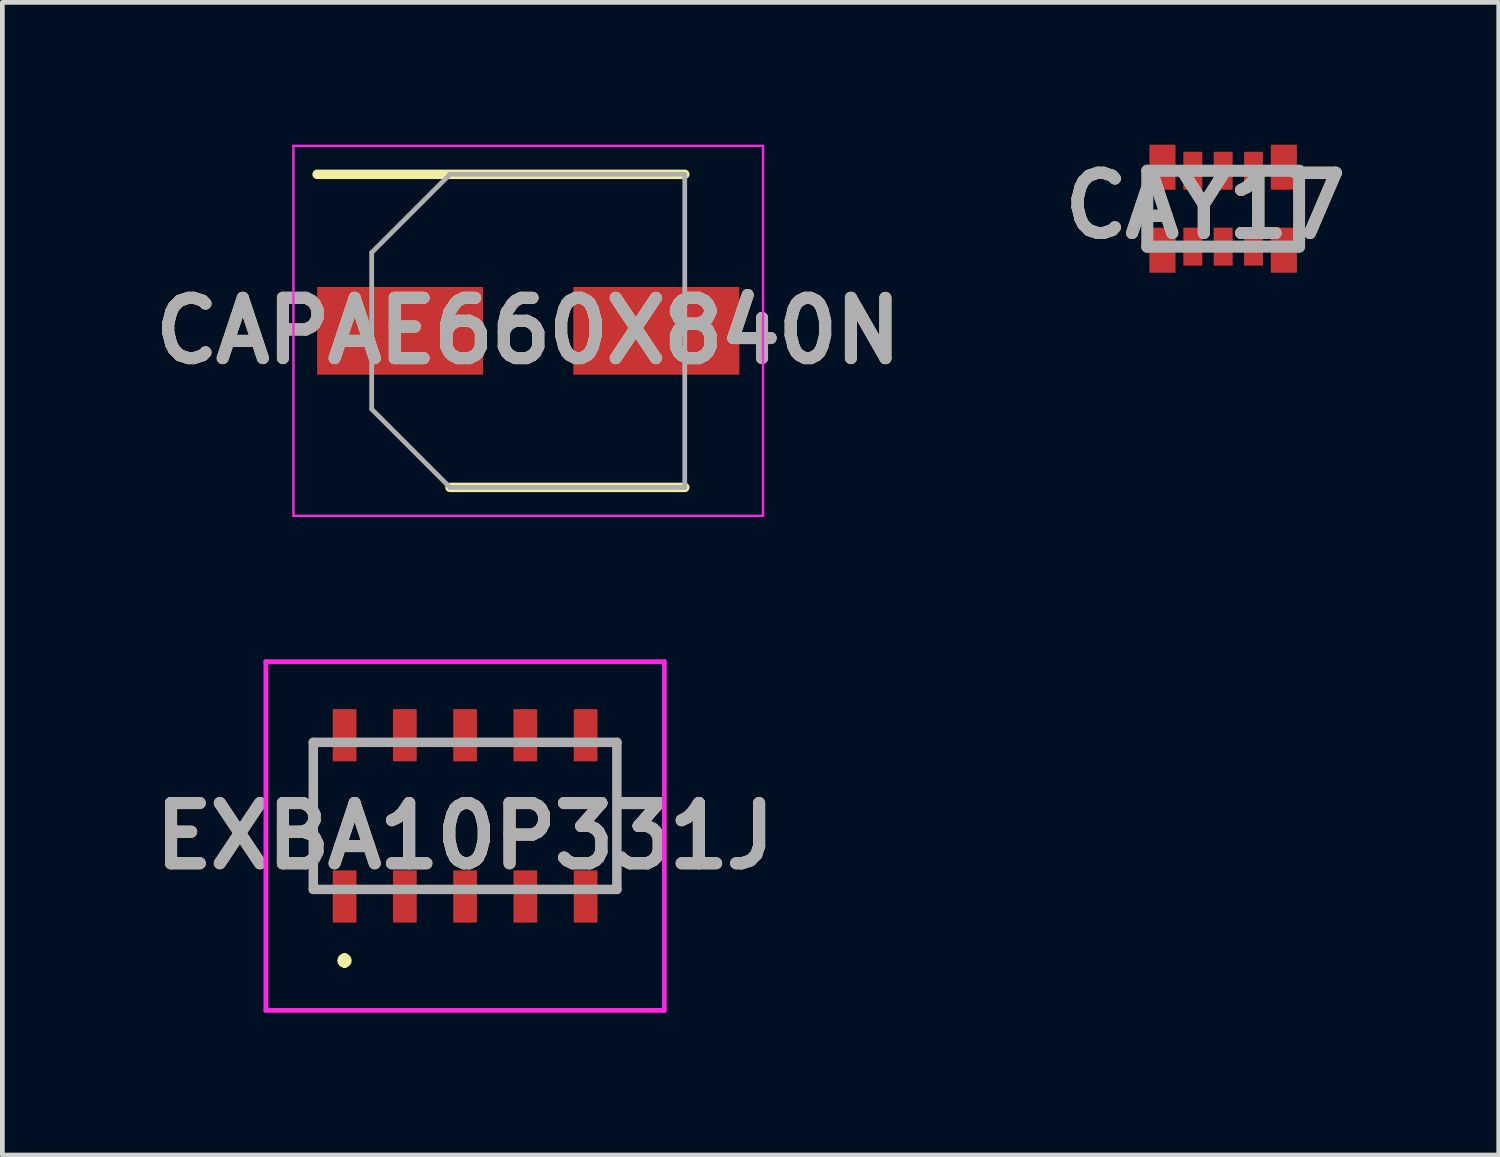
<source format=kicad_pcb>
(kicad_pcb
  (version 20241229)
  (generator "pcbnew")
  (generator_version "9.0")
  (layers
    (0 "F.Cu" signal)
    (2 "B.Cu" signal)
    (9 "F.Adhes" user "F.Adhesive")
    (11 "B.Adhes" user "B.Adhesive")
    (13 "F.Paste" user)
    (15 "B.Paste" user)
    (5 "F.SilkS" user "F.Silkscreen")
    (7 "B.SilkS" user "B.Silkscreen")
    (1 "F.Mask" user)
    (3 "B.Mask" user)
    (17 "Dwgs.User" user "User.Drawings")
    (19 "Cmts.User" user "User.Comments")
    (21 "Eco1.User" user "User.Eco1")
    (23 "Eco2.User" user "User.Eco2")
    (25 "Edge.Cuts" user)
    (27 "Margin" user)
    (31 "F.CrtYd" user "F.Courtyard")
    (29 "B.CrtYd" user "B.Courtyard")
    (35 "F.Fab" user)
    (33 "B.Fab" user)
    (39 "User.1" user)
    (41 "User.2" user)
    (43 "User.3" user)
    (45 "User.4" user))
  (footprint "CAY17"
    (layer "F.Cu")
    (at 22.737 1.35)
    (property "Reference" "CAY17" (at -0.378 -0.062 0) (layer "F.SilkS") (effects (font (size 1.27 1.27) (thickness 0.254))))
    (attr smd)
    (fp_line (start -1.6 -0.8) (end 1.6 -0.8) (stroke (width 0.254) (type solid)) (layer "F.Fab"))
    (fp_line (start -1.6 0.8) (end -1.6 -0.8) (stroke (width 0.254) (type solid)) (layer "F.Fab"))
    (fp_line (start 1.6 -0.8) (end 1.6 0.8) (stroke (width 0.254) (type solid)) (layer "F.Fab"))
    (fp_line (start 1.6 0.8) (end -1.6 0.8) (stroke (width 0.254) (type solid)) (layer "F.Fab"))
    (fp_text user "${REFERENCE}" (at -0.378 -0.062 0) (layer "F.Fab") (effects (font (size 1.27 1.27) (thickness 0.254))))
    (pad "1" smd rect (at -1.28 0.875) (size 0.55 0.95) (layers "F.Cu" "F.Mask" "F.Paste"))
    (pad "2" smd rect (at -0.64 0.8) (size 0.4 0.8) (layers "F.Cu" "F.Mask" "F.Paste"))
    (pad "3" smd rect (at 0 0.8) (size 0.4 0.8) (layers "F.Cu" "F.Mask" "F.Paste"))
    (pad "4" smd rect (at 0.64 0.8) (size 0.4 0.8) (layers "F.Cu" "F.Mask" "F.Paste"))
    (pad "5" smd rect (at 1.28 0.875) (size 0.55 0.95) (layers "F.Cu" "F.Mask" "F.Paste"))
    (pad "6" smd rect (at -1.28 -0.875) (size 0.55 0.95) (layers "F.Cu" "F.Mask" "F.Paste"))
    (pad "7" smd rect (at -0.64 -0.8) (size 0.4 0.8) (layers "F.Cu" "F.Mask" "F.Paste"))
    (pad "8" smd rect (at 0 -0.8) (size 0.4 0.8) (layers "F.Cu" "F.Mask" "F.Paste"))
    (pad "9" smd rect (at 0.64 -0.8) (size 0.4 0.8) (layers "F.Cu" "F.Mask" "F.Paste"))
    (pad "10" smd rect (at 1.28 -0.875) (size 0.55 0.95) (layers "F.Cu" "F.Mask" "F.Paste")))
  (footprint "EXBA10P331J"
    (layer "F.Cu")
    (at 6.755 14.15)
    (property "Reference" "EXBA10P331J" (at 0 0.425 0) (layer "F.SilkS") (effects (font (size 1.27 1.27) (thickness 0.254))))
    (attr smd)
    (fp_line (start -2.54 3) (end -2.54 3) (stroke (width 0.2) (type solid)) (layer "F.SilkS"))
    (fp_line (start -2.54 3) (end -2.54 3) (stroke (width 0.2) (type solid)) (layer "F.SilkS"))
    (fp_line (start -2.54 3.1) (end -2.54 3.1) (stroke (width 0.2) (type solid)) (layer "F.SilkS"))
    (fp_arc (start -2.54 3) (mid -2.49 3.05) (end -2.54 3.1) (stroke (width 0.2) (type solid)) (layer "F.SilkS"))
    (fp_arc (start -2.54 3.1) (mid -2.59 3.05) (end -2.54 3) (stroke (width 0.2) (type solid)) (layer "F.SilkS"))
    (fp_arc (start -2.54 3.1) (mid -2.59 3.05) (end -2.54 3) (stroke (width 0.2) (type solid)) (layer "F.SilkS"))
    (fp_line (start -4.2 -3.25) (end 4.2 -3.25) (stroke (width 0.1) (type solid)) (layer "F.CrtYd"))
    (fp_line (start -4.2 4.1) (end -4.2 -3.25) (stroke (width 0.1) (type solid)) (layer "F.CrtYd"))
    (fp_line (start 4.2 -3.25) (end 4.2 4.1) (stroke (width 0.1) (type solid)) (layer "F.CrtYd"))
    (fp_line (start 4.2 4.1) (end -4.2 4.1) (stroke (width 0.1) (type solid)) (layer "F.CrtYd"))
    (fp_line (start -3.2 -1.55) (end -3.2 1.55) (stroke (width 0.2) (type solid)) (layer "F.Fab"))
    (fp_line (start -3.2 1.55) (end 3.2 1.55) (stroke (width 0.2) (type solid)) (layer "F.Fab"))
    (fp_line (start 3.2 -1.55) (end -3.2 -1.55) (stroke (width 0.2) (type solid)) (layer "F.Fab"))
    (fp_line (start 3.2 1.55) (end 3.2 -1.55) (stroke (width 0.2) (type solid)) (layer "F.Fab"))
    (fp_text user "${REFERENCE}" (at 0 0.425 0) (layer "F.Fab") (effects (font (size 1.27 1.27) (thickness 0.254))))
    (pad "1" smd rect (at -2.54 1.7) (size 0.5 1.1) (layers "F.Cu" "F.Mask" "F.Paste"))
    (pad "2" smd rect (at -1.27 1.7) (size 0.5 1.1) (layers "F.Cu" "F.Mask" "F.Paste"))
    (pad "3" smd rect (at 0 1.7) (size 0.5 1.1) (layers "F.Cu" "F.Mask" "F.Paste"))
    (pad "4" smd rect (at 1.27 1.7) (size 0.5 1.1) (layers "F.Cu" "F.Mask" "F.Paste"))
    (pad "5" smd rect (at 2.54 1.7) (size 0.5 1.1) (layers "F.Cu" "F.Mask" "F.Paste"))
    (pad "6" smd rect (at 2.54 -1.7) (size 0.5 1.1) (layers "F.Cu" "F.Mask" "F.Paste"))
    (pad "7" smd rect (at 1.27 -1.7) (size 0.5 1.1) (layers "F.Cu" "F.Mask" "F.Paste"))
    (pad "8" smd rect (at 0 -1.7) (size 0.5 1.1) (layers "F.Cu" "F.Mask" "F.Paste"))
    (pad "9" smd rect (at -1.27 -1.7) (size 0.5 1.1) (layers "F.Cu" "F.Mask" "F.Paste"))
    (pad "10" smd rect (at -2.54 -1.7) (size 0.5 1.1) (layers "F.Cu" "F.Mask" "F.Paste")))
  (footprint "CAPAE660X840N"
    (layer "F.Cu")
    (at 8.086 3.925)
    (property "Reference" "CAPAE660X840N" (at 0 0 0) (layer "F.SilkS") (effects (font (size 1.27 1.27) (thickness 0.254))))
    (attr smd)
    (fp_line (start -4.45 -3.3) (end 3.3 -3.3) (stroke (width 0.2) (type solid)) (layer "F.SilkS"))
    (fp_line (start -1.65 3.3) (end 3.3 3.3) (stroke (width 0.2) (type solid)) (layer "F.SilkS"))
    (fp_line (start -4.95 -3.9) (end 4.95 -3.9) (stroke (width 0.05) (type solid)) (layer "F.CrtYd"))
    (fp_line (start -4.95 3.9) (end -4.95 -3.9) (stroke (width 0.05) (type solid)) (layer "F.CrtYd"))
    (fp_line (start 4.95 -3.9) (end 4.95 3.9) (stroke (width 0.05) (type solid)) (layer "F.CrtYd"))
    (fp_line (start 4.95 3.9) (end -4.95 3.9) (stroke (width 0.05) (type solid)) (layer "F.CrtYd"))
    (fp_line (start -3.3 -1.65) (end -3.3 1.65) (stroke (width 0.1) (type solid)) (layer "F.Fab"))
    (fp_line (start -3.3 1.65) (end -1.65 3.3) (stroke (width 0.1) (type solid)) (layer "F.Fab"))
    (fp_line (start -1.65 -3.3) (end -3.3 -1.65) (stroke (width 0.1) (type solid)) (layer "F.Fab"))
    (fp_line (start -1.65 3.3) (end 3.3 3.3) (stroke (width 0.1) (type solid)) (layer "F.Fab"))
    (fp_line (start 3.3 -3.3) (end -1.65 -3.3) (stroke (width 0.1) (type solid)) (layer "F.Fab"))
    (fp_line (start 3.3 3.3) (end 3.3 -3.3) (stroke (width 0.1) (type solid)) (layer "F.Fab"))
    (fp_text user "${REFERENCE}" (at 0 0 0) (layer "F.Fab") (effects (font (size 1.27 1.27) (thickness 0.254))))
    (pad "1" smd rect (at -2.7 0 90) (size 1.85 3.5) (layers "F.Cu" "F.Mask" "F.Paste"))
    (pad "2" smd rect (at 2.7 0 90) (size 1.85 3.5) (layers "F.Cu" "F.Mask" "F.Paste")))
  (gr_rect
    (start -3 -3)
    (end 28.546 21.3)
    (stroke (width 0.1) (type default))
    (fill no)
    (layer "Edge.Cuts")))
</source>
